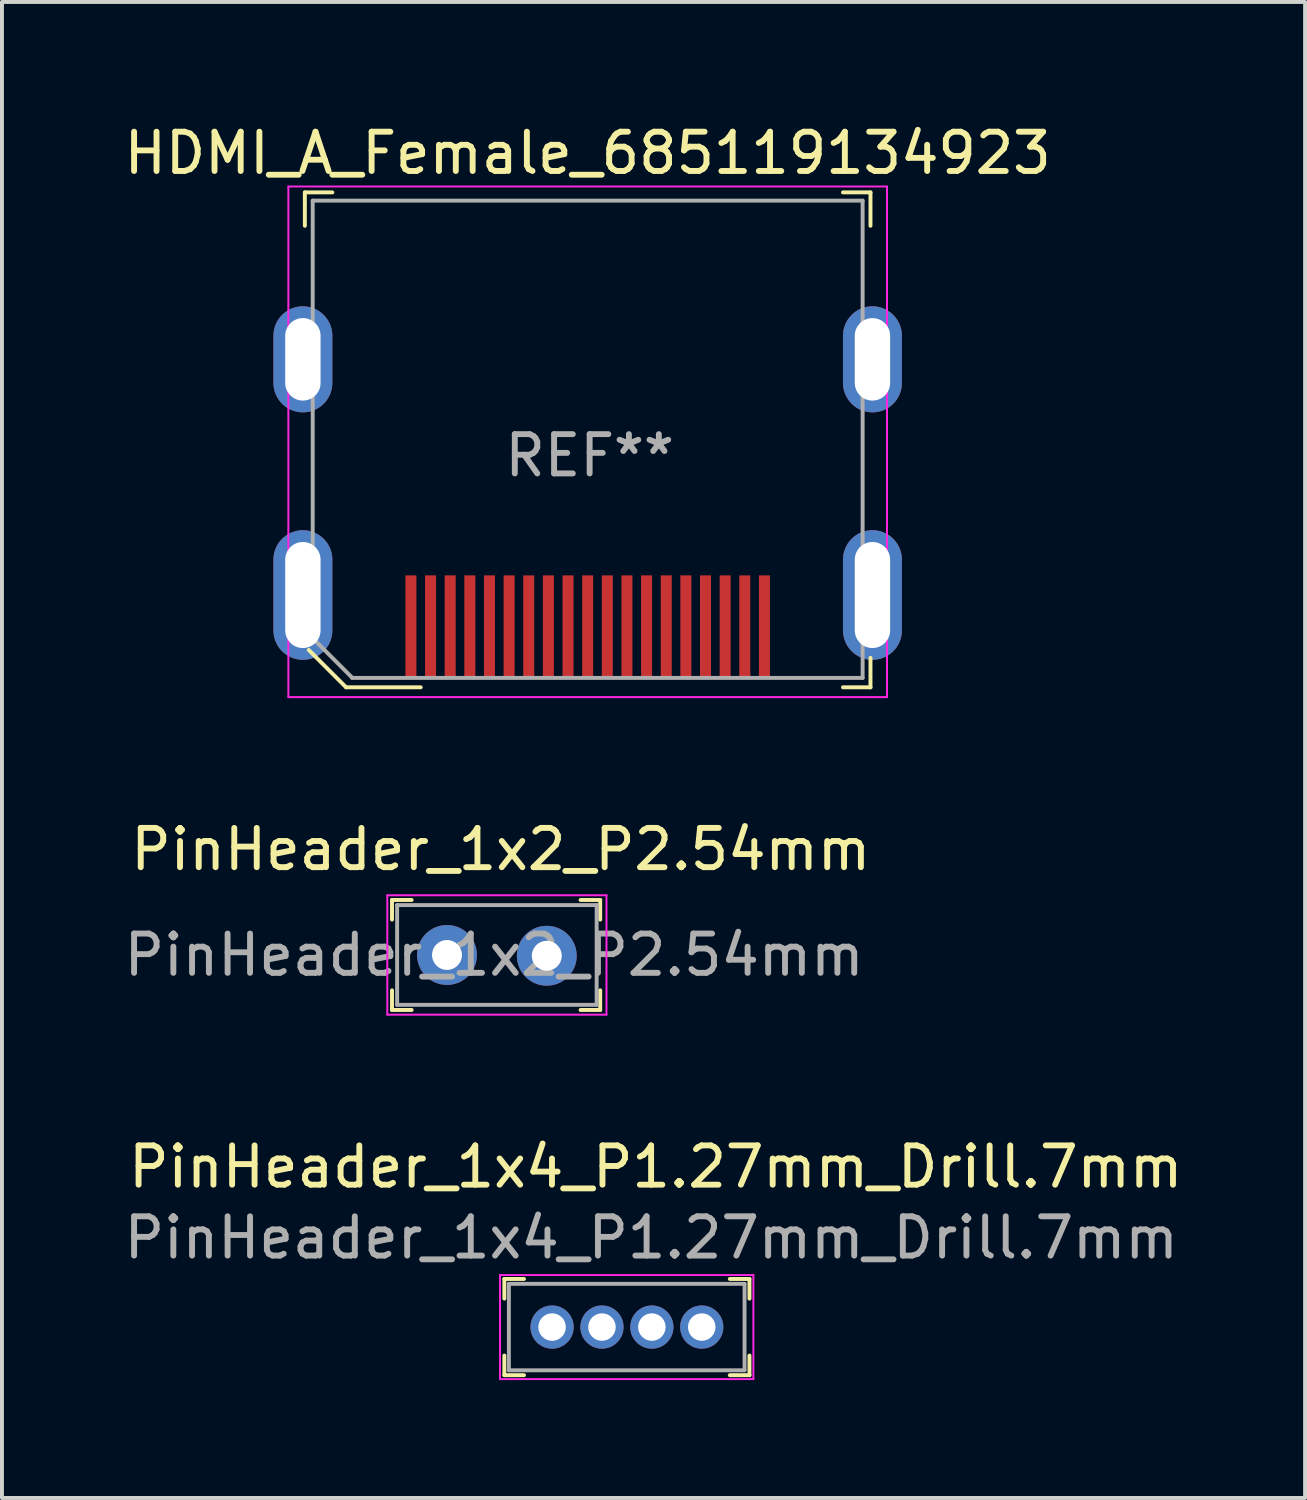
<source format=kicad_pcb>
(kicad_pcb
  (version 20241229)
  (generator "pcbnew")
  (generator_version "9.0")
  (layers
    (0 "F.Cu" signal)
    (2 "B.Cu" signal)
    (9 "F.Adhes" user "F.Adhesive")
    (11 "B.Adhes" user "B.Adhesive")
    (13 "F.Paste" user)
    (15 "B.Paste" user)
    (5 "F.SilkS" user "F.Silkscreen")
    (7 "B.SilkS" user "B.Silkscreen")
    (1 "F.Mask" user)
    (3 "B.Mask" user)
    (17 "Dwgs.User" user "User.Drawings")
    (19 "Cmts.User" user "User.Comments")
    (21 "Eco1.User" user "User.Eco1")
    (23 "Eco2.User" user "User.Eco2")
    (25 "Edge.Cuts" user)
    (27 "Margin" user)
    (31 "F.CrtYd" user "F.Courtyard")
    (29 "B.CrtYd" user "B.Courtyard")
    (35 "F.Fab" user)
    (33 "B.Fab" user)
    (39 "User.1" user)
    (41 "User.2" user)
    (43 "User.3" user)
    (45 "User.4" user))
  (footprint "HDMI_A_Female_685119134923"
    (layer "F.Cu")
    (at 11.911 11.598)
    (property "Reference" "HDMI_A_Female_685119134923" (at 0 -10.75 0) (layer "F.SilkS") (effects (font (size 1 1) (thickness 0.15))))
    (attr smd)
    (fp_line (start -7.2 -9.75) (end -6.5 -9.75) (stroke (width 0.1) (type solid)) (layer "F.SilkS"))
    (fp_line (start -7.2 -8.9) (end -7.2 -9.75) (stroke (width 0.1) (type solid)) (layer "F.SilkS"))
    (fp_line (start -6.15 2.85) (end -7.1 1.9) (stroke (width 0.1) (type solid)) (layer "F.SilkS"))
    (fp_line (start -4.25 2.85) (end -6.15 2.85) (stroke (width 0.1) (type solid)) (layer "F.SilkS"))
    (fp_line (start 6.5 -9.75) (end 7.2 -9.75) (stroke (width 0.1) (type solid)) (layer "F.SilkS"))
    (fp_line (start 7.2 -9.75) (end 7.2 -8.9) (stroke (width 0.1) (type solid)) (layer "F.SilkS"))
    (fp_line (start 7.2 2.1) (end 7.2 2.85) (stroke (width 0.1) (type solid)) (layer "F.SilkS"))
    (fp_line (start 7.2 2.85) (end 6.5 2.85) (stroke (width 0.1) (type solid)) (layer "F.SilkS"))
    (fp_line (start -7.62 -9.9) (end 7.62 -9.9) (stroke (width 0.05) (type solid)) (layer "F.CrtYd"))
    (fp_line (start -7.62 3.1) (end -7.62 -9.9) (stroke (width 0.05) (type solid)) (layer "F.CrtYd"))
    (fp_line (start 7.62 -9.9) (end 7.62 3.1) (stroke (width 0.05) (type solid)) (layer "F.CrtYd"))
    (fp_line (start 7.62 3.1) (end -7.62 3.1) (stroke (width 0.05) (type solid)) (layer "F.CrtYd"))
    (fp_line (start -7 -9.54) (end 7 -9.54) (stroke (width 0.1) (type solid)) (layer "F.Fab"))
    (fp_line (start -7 1.6) (end -7 -9.54) (stroke (width 0.1) (type solid)) (layer "F.Fab"))
    (fp_line (start -7 1.6) (end -6 2.6) (stroke (width 0.1) (type solid)) (layer "F.Fab"))
    (fp_line (start 7 2.61) (end -6 2.61) (stroke (width 0.1) (type solid)) (layer "F.Fab"))
    (fp_line (start 7 2.61) (end 7 -9.54) (stroke (width 0.1) (type solid)) (layer "F.Fab"))
    (fp_text user "REF**" (at 0.05 -3.05 0) (layer "F.Fab") (effects (font (size 1 1) (thickness 0.15))))
    (pad "1" smd rect (at -4.5 1.3) (size 0.28 2.6) (layers "F.Cu" "F.Mask" "F.Paste"))
    (pad "2" smd rect (at -4 1.3) (size 0.28 2.6) (layers "F.Cu" "F.Mask" "F.Paste"))
    (pad "3" smd rect (at -3.5 1.3) (size 0.28 2.6) (layers "F.Cu" "F.Mask" "F.Paste"))
    (pad "4" smd rect (at -3 1.3) (size 0.28 2.6) (layers "F.Cu" "F.Mask" "F.Paste"))
    (pad "5" smd rect (at -2.5 1.3) (size 0.28 2.6) (layers "F.Cu" "F.Mask" "F.Paste"))
    (pad "6" smd rect (at -2 1.3) (size 0.28 2.6) (layers "F.Cu" "F.Mask" "F.Paste"))
    (pad "7" smd rect (at -1.5 1.3) (size 0.28 2.6) (layers "F.Cu" "F.Mask" "F.Paste"))
    (pad "8" smd rect (at -1 1.3) (size 0.28 2.6) (layers "F.Cu" "F.Mask" "F.Paste"))
    (pad "9" smd rect (at -0.5 1.3) (size 0.28 2.6) (layers "F.Cu" "F.Mask" "F.Paste"))
    (pad "10" smd rect (at 0 1.3) (size 0.28 2.6) (layers "F.Cu" "F.Mask" "F.Paste"))
    (pad "11" smd rect (at 0.5 1.3) (size 0.28 2.6) (layers "F.Cu" "F.Mask" "F.Paste"))
    (pad "12" smd rect (at 1 1.3) (size 0.28 2.6) (layers "F.Cu" "F.Mask" "F.Paste"))
    (pad "13" smd rect (at 1.5 1.3) (size 0.28 2.6) (layers "F.Cu" "F.Mask" "F.Paste"))
    (pad "14" smd rect (at 2 1.3) (size 0.28 2.6) (layers "F.Cu" "F.Mask" "F.Paste"))
    (pad "15" smd rect (at 2.5 1.3) (size 0.28 2.6) (layers "F.Cu" "F.Mask" "F.Paste"))
    (pad "16" smd rect (at 3 1.3) (size 0.28 2.6) (layers "F.Cu" "F.Mask" "F.Paste"))
    (pad "17" smd rect (at 3.5 1.3) (size 0.28 2.6) (layers "F.Cu" "F.Mask" "F.Paste"))
    (pad "18" smd rect (at 4 1.3) (size 0.28 2.6) (layers "F.Cu" "F.Mask" "F.Paste"))
    (pad "19" smd rect (at 4.5 1.3) (size 0.28 2.6) (layers "F.Cu" "F.Mask" "F.Paste"))
    (pad "SH" thru_hole oval (at -7.25 -5.5) (size 1.5 2.7) (drill oval 0.9 2.1) (layers "*.Cu" "*.Mask"))
    (pad "SH" thru_hole oval (at -7.25 0.5) (size 1.5 3.3) (drill oval 0.9 2.7) (layers "*.Cu" "*.Mask"))
    (pad "SH" thru_hole oval (at 7.25 -5.5) (size 1.5 2.7) (drill oval 0.9 2.1) (layers "*.Cu" "*.Mask"))
    (pad "SH" thru_hole oval (at 7.25 0.5) (size 1.5 3.3) (drill oval 0.9 2.7) (layers "*.Cu" "*.Mask")))
  (footprint "PinHeader_1x4_P1.27mm_Drill.7mm"
    (layer "F.Cu")
    (at 11.005 30.735)
    (property "Reference" "PinHeader_1x4_P1.27mm_Drill.7mm" (at 2.64 -4.08 0) (layer "F.SilkS") (effects (font (size 1 1) (thickness 0.15))))
    (attr through_hole)
    (fp_line (start -1.215 -1.225) (end -1.215 -0.725) (stroke (width 0.1) (type solid)) (layer "F.SilkS"))
    (fp_line (start -1.215 -1.225) (end -0.715 -1.225) (stroke (width 0.1) (type solid)) (layer "F.SilkS"))
    (fp_line (start -1.215 1.225) (end -1.215 0.725) (stroke (width 0.1) (type solid)) (layer "F.SilkS"))
    (fp_line (start -1.215 1.225) (end -0.715 1.225) (stroke (width 0.1) (type solid)) (layer "F.SilkS"))
    (fp_line (start 5.025 -1.225) (end 4.525 -1.225) (stroke (width 0.1) (type solid)) (layer "F.SilkS"))
    (fp_line (start 5.025 -1.225) (end 5.025 -0.725) (stroke (width 0.1) (type solid)) (layer "F.SilkS"))
    (fp_line (start 5.025 1.225) (end 4.525 1.225) (stroke (width 0.1) (type solid)) (layer "F.SilkS"))
    (fp_line (start 5.025 1.225) (end 5.025 0.725) (stroke (width 0.1) (type solid)) (layer "F.SilkS"))
    (fp_line (start -1.325 -1.325) (end -1.325 1.325) (stroke (width 0.05) (type solid)) (layer "F.CrtYd"))
    (fp_line (start -1.325 -1.325) (end 5.125 -1.325) (stroke (width 0.05) (type solid)) (layer "F.CrtYd"))
    (fp_line (start -1.325 1.325) (end 5.125 1.325) (stroke (width 0.05) (type solid)) (layer "F.CrtYd"))
    (fp_line (start 5.125 -1.325) (end 5.125 1.325) (stroke (width 0.05) (type solid)) (layer "F.CrtYd"))
    (fp_line (start -1.1 -1.1) (end -1.1 1.1) (stroke (width 0.1) (type solid)) (layer "F.Fab"))
    (fp_line (start -1.1 -1.1) (end 4.9 -1.1) (stroke (width 0.1) (type solid)) (layer "F.Fab"))
    (fp_line (start -1.1 1.1) (end 4.9 1.1) (stroke (width 0.1) (type solid)) (layer "F.Fab"))
    (fp_line (start 4.9 -1.1) (end 4.9 1.1) (stroke (width 0.1) (type solid)) (layer "F.Fab"))
    (fp_text user "${REFERENCE}" (at 2.525 -2.275 0) (layer "F.Fab") (effects (font (size 1 1) (thickness 0.15))))
    (pad "1" thru_hole circle (at 0 0) (size 1.1 1.1) (drill 0.7) (layers "*.Cu" "*.Mask"))
    (pad "2" thru_hole circle (at 1.27 0) (size 1.1 1.1) (drill 0.7) (layers "*.Cu" "*.Mask"))
    (pad "3" thru_hole circle (at 2.54 0) (size 1.1 1.1) (drill 0.7) (layers "*.Cu" "*.Mask"))
    (pad "4" thru_hole circle (at 3.81 0) (size 1.1 1.1) (drill 0.7) (layers "*.Cu" "*.Mask")))
  (footprint "PinHeader_1x2_P2.54mm"
    (layer "F.Cu")
    (at 8.33 21.262)
    (property "Reference" "PinHeader_1x2_P2.54mm" (at 1.37 -2.69 0) (layer "F.SilkS") (effects (font (size 1 1) (thickness 0.15))))
    (attr through_hole)
    (fp_line (start -1.4 -1.4) (end -1.4 -0.9) (stroke (width 0.1) (type solid)) (layer "F.SilkS"))
    (fp_line (start -1.4 -1.4) (end -0.9 -1.4) (stroke (width 0.1) (type solid)) (layer "F.SilkS"))
    (fp_line (start -1.4 1.4) (end -1.4 0.9) (stroke (width 0.1) (type solid)) (layer "F.SilkS"))
    (fp_line (start -1.4 1.4) (end -0.9 1.4) (stroke (width 0.1) (type solid)) (layer "F.SilkS"))
    (fp_line (start 3.9 -1.4) (end 3.4 -1.4) (stroke (width 0.1) (type solid)) (layer "F.SilkS"))
    (fp_line (start 3.9 -1.4) (end 3.9 -0.9) (stroke (width 0.1) (type solid)) (layer "F.SilkS"))
    (fp_line (start 3.9 1.4) (end 3.4 1.4) (stroke (width 0.1) (type solid)) (layer "F.SilkS"))
    (fp_line (start 3.9 1.4) (end 3.9 0.9) (stroke (width 0.1) (type solid)) (layer "F.SilkS"))
    (fp_line (start -1.52 -1.52) (end -1.52 1.52) (stroke (width 0.05) (type solid)) (layer "F.CrtYd"))
    (fp_line (start 4.06 -1.52) (end -1.52 -1.52) (stroke (width 0.05) (type solid)) (layer "F.CrtYd"))
    (fp_line (start 4.06 -1.52) (end 4.06 1.52) (stroke (width 0.05) (type solid)) (layer "F.CrtYd"))
    (fp_line (start 4.06 1.52) (end -1.52 1.52) (stroke (width 0.05) (type solid)) (layer "F.CrtYd"))
    (fp_line (start -1.27 -1.27) (end 3.81 -1.27) (stroke (width 0.1) (type solid)) (layer "F.Fab"))
    (fp_line (start -1.27 1.27) (end -1.27 -1.27) (stroke (width 0.1) (type solid)) (layer "F.Fab"))
    (fp_line (start -1.27 1.27) (end 3.81 1.27) (stroke (width 0.1) (type solid)) (layer "F.Fab"))
    (fp_line (start 3.81 1.27) (end 3.81 -1.27) (stroke (width 0.1) (type solid)) (layer "F.Fab"))
    (fp_text user "${REFERENCE}" (at 1.2 0 0) (layer "F.Fab") (effects (font (size 1 1) (thickness 0.15))))
    (pad "1" thru_hole circle (at 0 0) (size 1.524 1.524) (drill 0.762) (layers "*.Cu" "*.Mask"))
    (pad "2" thru_hole circle (at 2.54 0.02) (size 1.524 1.524) (drill 0.762) (layers "*.Cu" "*.Mask")))
  (gr_rect
    (start -3 -3)
    (end 30.175 35.085)
    (stroke (width 0.1) (type default))
    (fill no)
    (layer "Edge.Cuts")))
</source>
